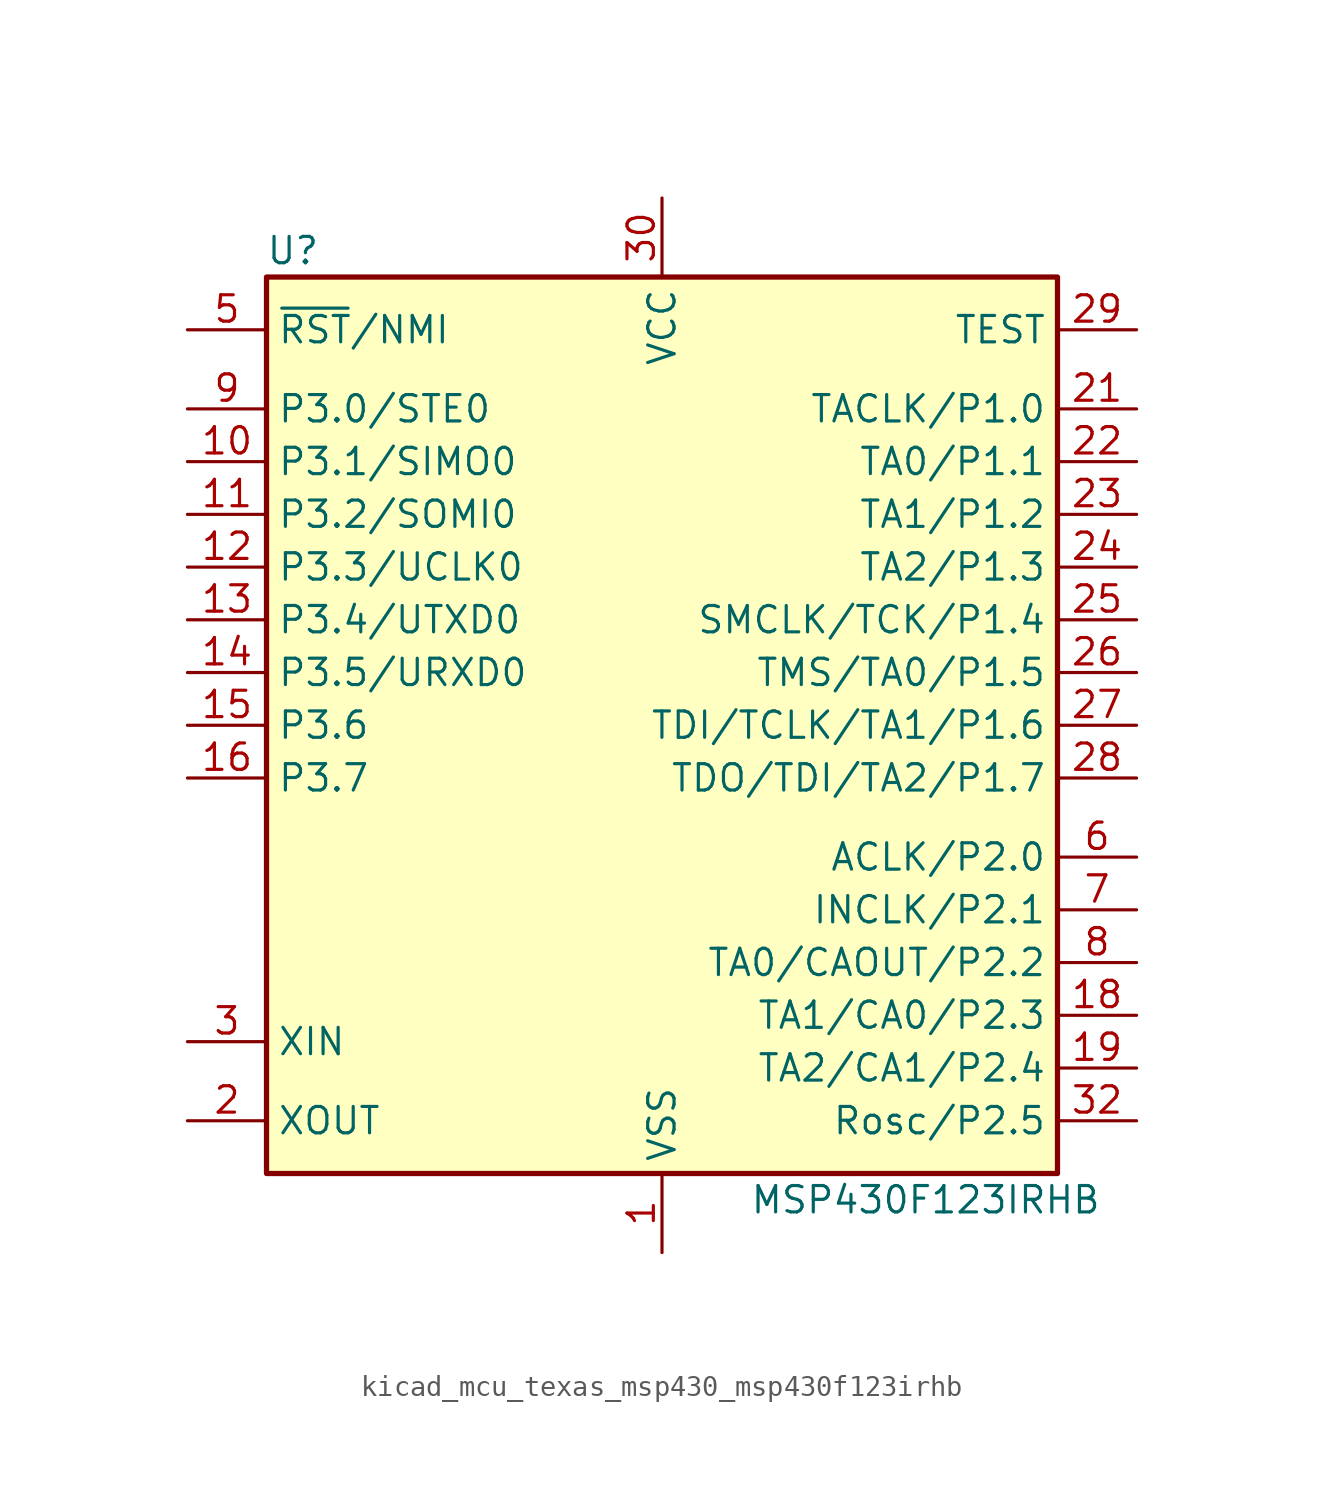
<source format=kicad_sym>
(kicad_symbol_lib
  (version 20220914)
  (generator kicad_symbol_editor)
  (symbol "kicad_mcu_texas_msp430_msp430f123irhb"
    (property "Reference" "U"
      (at -17.78 22.86 0)
      (effects (font (size 1.27 1.27))))
    (property "Value" "MSP430F123IRHB"
      (at 12.7 -22.86 0)
      (effects (font (size 1.27 1.27))))
    (symbol "kicad_mcu_texas_msp430_msp430f123irhb_0_1"
      (rectangle (start -19.05 21.59) (end 19.05 -21.59) (stroke (width 0.254) (type default)) (fill (type background))))
    (symbol "kicad_mcu_texas_msp430_msp430f123irhb_1_1"
      (pin power_in line (at 0 -25.4 90) (length 3.81) (name "VSS" (effects (font (size 1.27 1.27)))) (number "1" (effects (font (size 1.27 1.27)))))
      (pin bidirectional line (at -22.86 12.7 0) (length 3.81) (name "P3.1/SIMO0" (effects (font (size 1.27 1.27)))) (number "10" (effects (font (size 1.27 1.27)))))
      (pin bidirectional line (at -22.86 10.16 0) (length 3.81) (name "P3.2/SOMI0" (effects (font (size 1.27 1.27)))) (number "11" (effects (font (size 1.27 1.27)))))
      (pin bidirectional line (at -22.86 7.62 0) (length 3.81) (name "P3.3/UCLK0" (effects (font (size 1.27 1.27)))) (number "12" (effects (font (size 1.27 1.27)))))
      (pin bidirectional line (at -22.86 5.08 0) (length 3.81) (name "P3.4/UTXD0" (effects (font (size 1.27 1.27)))) (number "13" (effects (font (size 1.27 1.27)))))
      (pin bidirectional line (at -22.86 2.54 0) (length 3.81) (name "P3.5/URXD0" (effects (font (size 1.27 1.27)))) (number "14" (effects (font (size 1.27 1.27)))))
      (pin bidirectional line (at -22.86 0 0) (length 3.81) (name "P3.6" (effects (font (size 1.27 1.27)))) (number "15" (effects (font (size 1.27 1.27)))))
      (pin bidirectional line (at -22.86 -2.54 0) (length 3.81) (name "P3.7" (effects (font (size 1.27 1.27)))) (number "16" (effects (font (size 1.27 1.27)))))
      (pin bidirectional line (at 22.86 -13.97 180) (length 3.81) (name "TA1/CA0/P2.3" (effects (font (size 1.27 1.27)))) (number "18" (effects (font (size 1.27 1.27)))))
      (pin bidirectional line (at 22.86 -16.51 180) (length 3.81) (name "TA2/CA1/P2.4" (effects (font (size 1.27 1.27)))) (number "19" (effects (font (size 1.27 1.27)))))
      (pin output line (at -22.86 -19.05 0) (length 3.81) (name "XOUT" (effects (font (size 1.27 1.27)))) (number "2" (effects (font (size 1.27 1.27)))))
      (pin bidirectional line (at 22.86 15.24 180) (length 3.81) (name "TACLK/P1.0" (effects (font (size 1.27 1.27)))) (number "21" (effects (font (size 1.27 1.27)))))
      (pin bidirectional line (at 22.86 12.7 180) (length 3.81) (name "TA0/P1.1" (effects (font (size 1.27 1.27)))) (number "22" (effects (font (size 1.27 1.27)))))
      (pin bidirectional line (at 22.86 10.16 180) (length 3.81) (name "TA1/P1.2" (effects (font (size 1.27 1.27)))) (number "23" (effects (font (size 1.27 1.27)))))
      (pin bidirectional line (at 22.86 7.62 180) (length 3.81) (name "TA2/P1.3" (effects (font (size 1.27 1.27)))) (number "24" (effects (font (size 1.27 1.27)))))
      (pin bidirectional line (at 22.86 5.08 180) (length 3.81) (name "SMCLK/TCK/P1.4" (effects (font (size 1.27 1.27)))) (number "25" (effects (font (size 1.27 1.27)))))
      (pin bidirectional line (at 22.86 2.54 180) (length 3.81) (name "TMS/TA0/P1.5" (effects (font (size 1.27 1.27)))) (number "26" (effects (font (size 1.27 1.27)))))
      (pin bidirectional line (at 22.86 0 180) (length 3.81) (name "TDI/TCLK/TA1/P1.6" (effects (font (size 1.27 1.27)))) (number "27" (effects (font (size 1.27 1.27)))))
      (pin bidirectional line (at 22.86 -2.54 180) (length 3.81) (name "TDO/TDI/TA2/P1.7" (effects (font (size 1.27 1.27)))) (number "28" (effects (font (size 1.27 1.27)))))
      (pin input line (at 22.86 19.05 180) (length 3.81) (name "TEST" (effects (font (size 1.27 1.27)))) (number "29" (effects (font (size 1.27 1.27)))))
      (pin input line (at -22.86 -15.24 0) (length 3.81) (name "XIN" (effects (font (size 1.27 1.27)))) (number "3" (effects (font (size 1.27 1.27)))))
      (pin power_in line (at 0 25.4 270) (length 3.81) (name "VCC" (effects (font (size 1.27 1.27)))) (number "30" (effects (font (size 1.27 1.27)))))
      (pin bidirectional line (at 22.86 -19.05 180) (length 3.81) (name "Rosc/P2.5" (effects (font (size 1.27 1.27)))) (number "32" (effects (font (size 1.27 1.27)))))
      (pin input line (at -22.86 19.05 0) (length 3.81) (name "~{RST}/NMI" (effects (font (size 1.27 1.27)))) (number "5" (effects (font (size 1.27 1.27)))))
      (pin bidirectional line (at 22.86 -6.35 180) (length 3.81) (name "ACLK/P2.0" (effects (font (size 1.27 1.27)))) (number "6" (effects (font (size 1.27 1.27)))))
      (pin bidirectional line (at 22.86 -8.89 180) (length 3.81) (name "INCLK/P2.1" (effects (font (size 1.27 1.27)))) (number "7" (effects (font (size 1.27 1.27)))))
      (pin bidirectional line (at 22.86 -11.43 180) (length 3.81) (name "TA0/CAOUT/P2.2" (effects (font (size 1.27 1.27)))) (number "8" (effects (font (size 1.27 1.27)))))
      (pin bidirectional line (at -22.86 15.24 0) (length 3.81) (name "P3.0/STE0" (effects (font (size 1.27 1.27)))) (number "9" (effects (font (size 1.27 1.27))))))))
</source>
